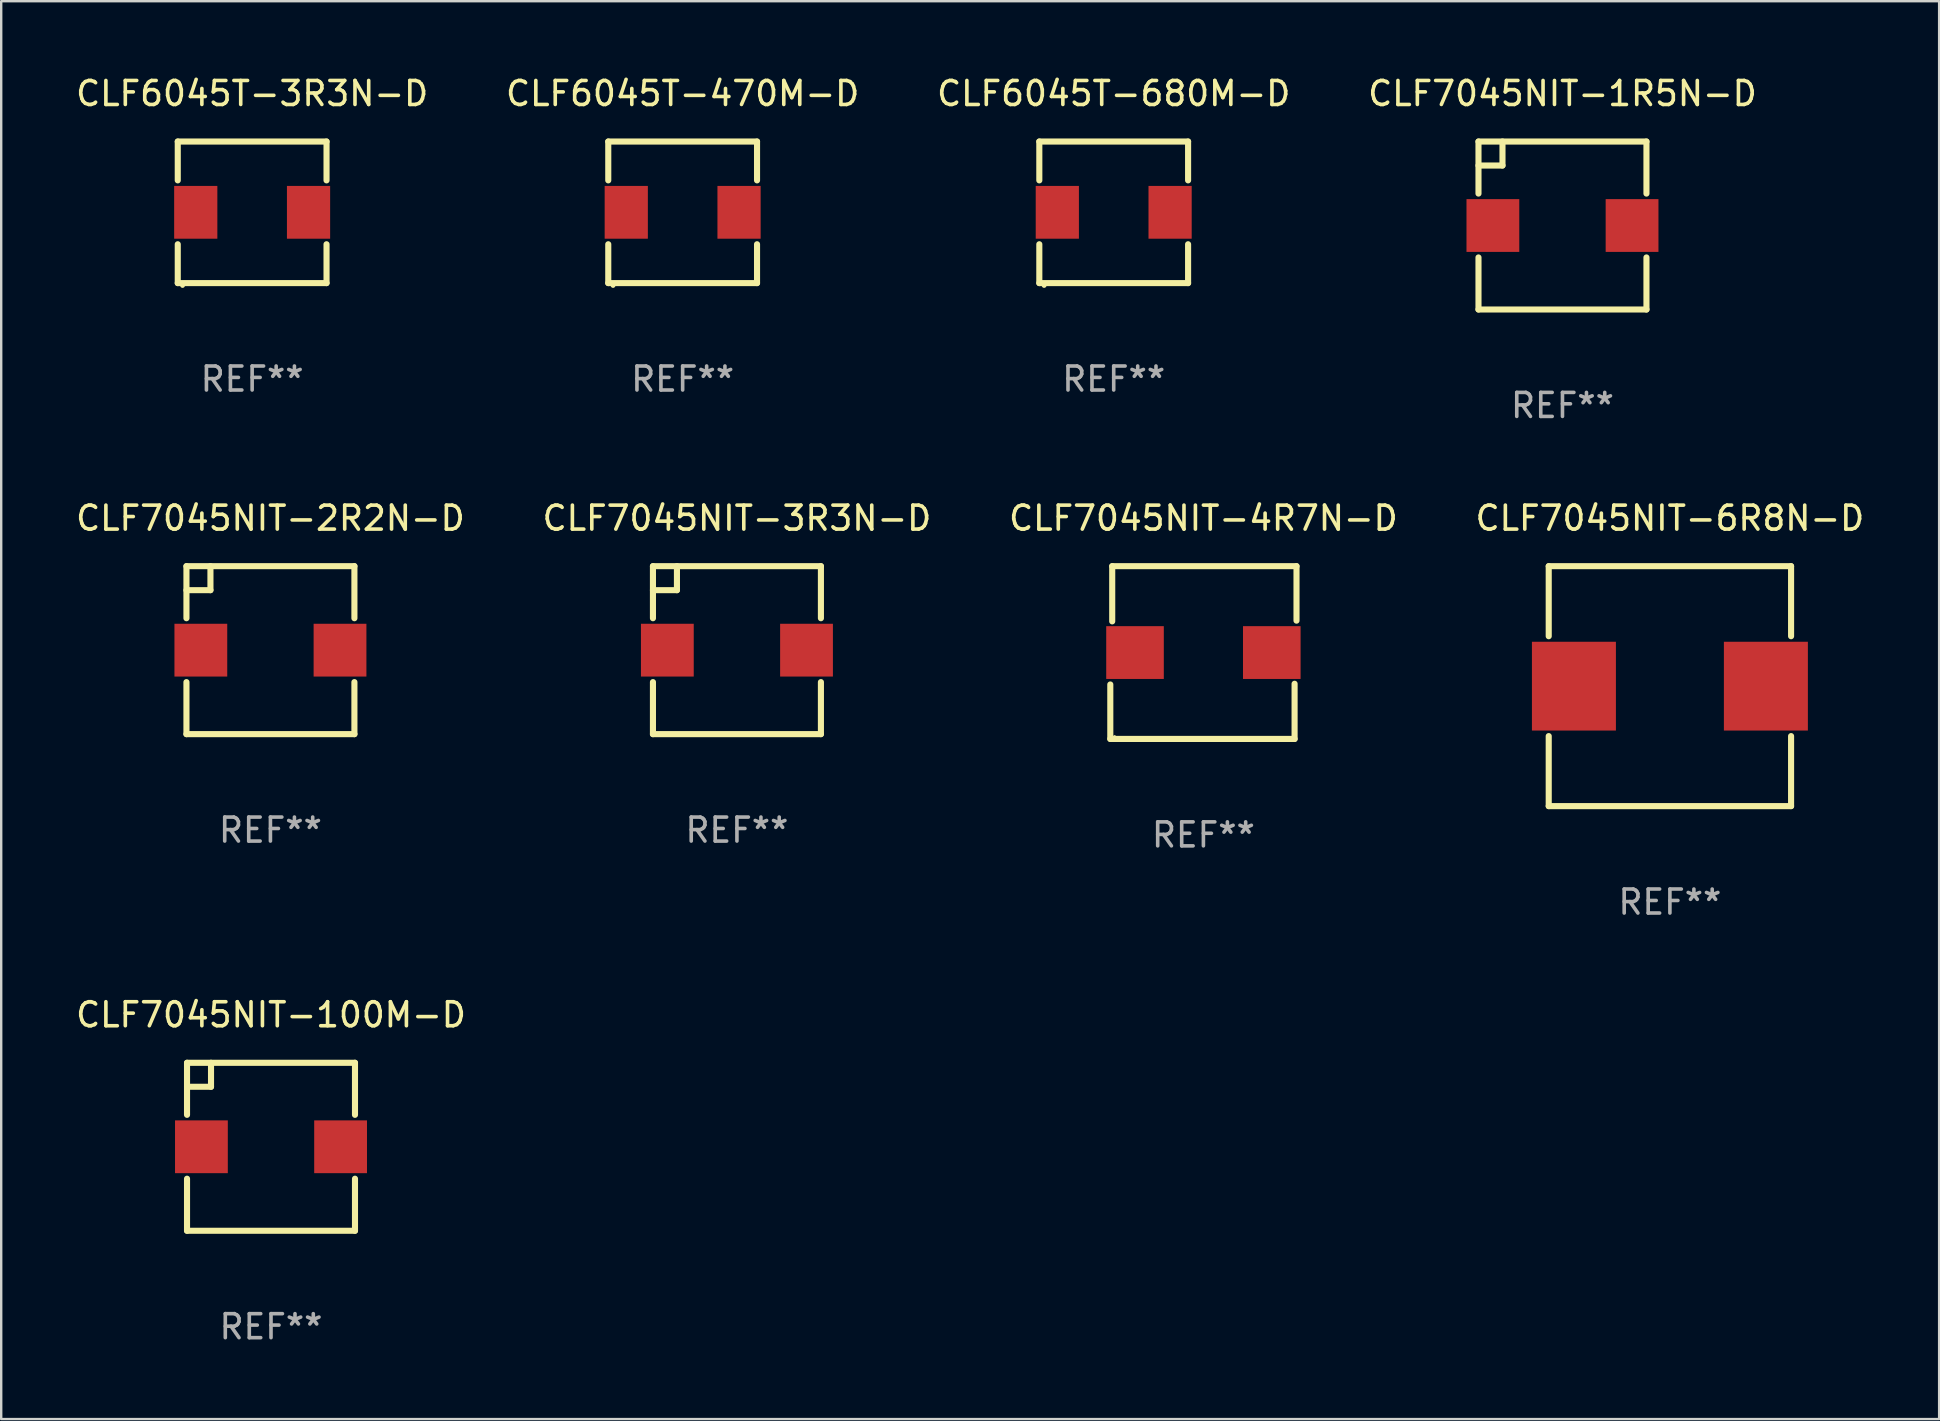
<source format=kicad_pcb>
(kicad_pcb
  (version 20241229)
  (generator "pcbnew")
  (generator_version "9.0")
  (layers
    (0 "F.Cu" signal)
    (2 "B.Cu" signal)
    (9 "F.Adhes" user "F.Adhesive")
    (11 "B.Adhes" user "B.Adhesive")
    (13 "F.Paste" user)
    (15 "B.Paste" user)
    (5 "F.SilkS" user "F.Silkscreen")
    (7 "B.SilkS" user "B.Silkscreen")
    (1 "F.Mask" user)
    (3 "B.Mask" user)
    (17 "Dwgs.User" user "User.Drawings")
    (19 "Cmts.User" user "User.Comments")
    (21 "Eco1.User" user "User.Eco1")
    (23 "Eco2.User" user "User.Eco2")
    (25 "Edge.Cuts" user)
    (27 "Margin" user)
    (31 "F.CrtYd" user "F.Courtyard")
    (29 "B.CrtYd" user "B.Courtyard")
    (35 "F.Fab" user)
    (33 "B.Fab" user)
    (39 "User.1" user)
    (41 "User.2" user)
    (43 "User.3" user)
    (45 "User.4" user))
  (footprint "CLF6045T-680M-D"
    (layer "F.Cu")
    (at 43.363 5.798)
    (property "Reference" "CLF6045T-680M-D" (at 0 -4.95 0) (layer "F.SilkS") (effects (font (size 1 1) (thickness 0.15))))
    (attr through_hole)
    (fp_line (start -3.1 -2.95) (end 3.1 -2.95) (stroke (width 0.254) (type solid)) (layer "F.SilkS"))
    (fp_line (start -3.1 -1.331) (end -3.1 -2.95) (stroke (width 0.254) (type solid)) (layer "F.SilkS"))
    (fp_line (start -3.1 2.95) (end -3.1 1.331) (stroke (width 0.254) (type solid)) (layer "F.SilkS"))
    (fp_line (start 3.1 -1.331) (end 3.1 -2.95) (stroke (width 0.254) (type solid)) (layer "F.SilkS"))
    (fp_line (start 3.1 2.95) (end -3.1 2.95) (stroke (width 0.254) (type solid)) (layer "F.SilkS"))
    (fp_line (start 3.1 2.95) (end 3.1 1.331) (stroke (width 0.254) (type solid)) (layer "F.SilkS"))
    (fp_circle (center -2.9 3.05) (end -2.85 3.05) (stroke (width 0.1) (type solid)) (fill no) (layer "F.SilkS"))
    (fp_text user "REF**" (at 0 6.95 0) (layer "F.Fab") (effects (font (size 1 1) (thickness 0.15))))
    (pad "1" smd rect (at -2.35 0.000013) (size 1.8 2.2) (layers "F.Cu" "F.Mask" "F.Paste"))
    (pad "2" smd rect (at 2.35 0.000013) (size 1.8 2.2) (layers "F.Cu" "F.Mask" "F.Paste")))
  (footprint "CLF7045NIT-2R2N-D"
    (layer "F.Cu")
    (at 8.22 24.045)
    (property "Reference" "CLF7045NIT-2R2N-D" (at 0 -5.5 0) (layer "F.SilkS") (effects (font (size 1 1) (thickness 0.15))))
    (attr through_hole)
    (fp_line (start -3.5 -3.5) (end 3.5 -3.5) (stroke (width 0.254) (type solid)) (layer "F.SilkS"))
    (fp_line (start -3.5 -1.331) (end -3.5 -3.5) (stroke (width 0.254) (type solid)) (layer "F.SilkS"))
    (fp_line (start -3.5 3.5) (end -3.5 1.331) (stroke (width 0.254) (type solid)) (layer "F.SilkS"))
    (fp_line (start -2.5 -2.5) (end -3.5 -2.5) (stroke (width 0.254) (type solid)) (layer "F.SilkS"))
    (fp_line (start -2.5 -2.5) (end -2.5 -3.5) (stroke (width 0.254) (type solid)) (layer "F.SilkS"))
    (fp_line (start 3.5 -3.5) (end 3.5 -1.331) (stroke (width 0.254) (type solid)) (layer "F.SilkS"))
    (fp_line (start 3.5 1.331) (end 3.5 3.5) (stroke (width 0.254) (type solid)) (layer "F.SilkS"))
    (fp_line (start 3.5 3.5) (end -3.5 3.5) (stroke (width 0.254) (type solid)) (layer "F.SilkS"))
    (fp_circle (center -3.5 3.5) (end -3.47 3.5) (stroke (width 0.06) (type solid)) (fill no) (layer "F.SilkS"))
    (fp_text user "REF**" (at 0 7.5 0) (layer "F.Fab") (effects (font (size 1 1) (thickness 0.15))))
    (pad "1" smd rect (at -2.9 0 90) (size 2.2 2.2) (layers "F.Cu" "F.Mask" "F.Paste"))
    (pad "2" smd rect (at 2.9 0 90) (size 2.2 2.2) (layers "F.Cu" "F.Mask" "F.Paste")))
  (footprint "CLF7045NIT-6R8N-D"
    (layer "F.Cu")
    (at 66.542 25.545)
    (property "Reference" "CLF7045NIT-6R8N-D" (at 0 -7 0) (layer "F.SilkS") (effects (font (size 1 1) (thickness 0.15))))
    (attr through_hole)
    (fp_line (start -5.05 -5) (end 5.05 -5) (stroke (width 0.254) (type solid)) (layer "F.SilkS"))
    (fp_line (start -5.05 -2.081) (end -5.05 -5) (stroke (width 0.254) (type solid)) (layer "F.SilkS"))
    (fp_line (start -5.05 5) (end -5.05 2.081) (stroke (width 0.254) (type solid)) (layer "F.SilkS"))
    (fp_line (start 5.05 -5) (end 5.05 -2.081) (stroke (width 0.254) (type solid)) (layer "F.SilkS"))
    (fp_line (start 5.05 2.081) (end 5.05 5) (stroke (width 0.254) (type solid)) (layer "F.SilkS"))
    (fp_line (start 5.05 5) (end -5.05 5) (stroke (width 0.254) (type solid)) (layer "F.SilkS"))
    (fp_circle (center -5.05 5) (end -5.02 5) (stroke (width 0.06) (type solid)) (fill no) (layer "F.SilkS"))
    (fp_text user "REF**" (at 0 9 0) (layer "F.Fab") (effects (font (size 1 1) (thickness 0.15))))
    (pad "1" smd rect (at -4 0) (size 3.5 3.7) (layers "F.Cu" "F.Mask" "F.Paste"))
    (pad "2" smd rect (at 4 0) (size 3.5 3.7) (layers "F.Cu" "F.Mask" "F.Paste")))
  (footprint "CLF6045T-3R3N-D"
    (layer "F.Cu")
    (at 7.458 5.798)
    (property "Reference" "CLF6045T-3R3N-D" (at 0 -4.95 0) (layer "F.SilkS") (effects (font (size 1 1) (thickness 0.15))))
    (attr through_hole)
    (fp_line (start -3.1 -2.95) (end 3.1 -2.95) (stroke (width 0.254) (type solid)) (layer "F.SilkS"))
    (fp_line (start -3.1 -1.331) (end -3.1 -2.95) (stroke (width 0.254) (type solid)) (layer "F.SilkS"))
    (fp_line (start -3.1 2.95) (end -3.1 1.331) (stroke (width 0.254) (type solid)) (layer "F.SilkS"))
    (fp_line (start 3.1 -1.331) (end 3.1 -2.95) (stroke (width 0.254) (type solid)) (layer "F.SilkS"))
    (fp_line (start 3.1 2.95) (end -3.1 2.95) (stroke (width 0.254) (type solid)) (layer "F.SilkS"))
    (fp_line (start 3.1 2.95) (end 3.1 1.331) (stroke (width 0.254) (type solid)) (layer "F.SilkS"))
    (fp_circle (center -2.9 3.05) (end -2.85 3.05) (stroke (width 0.1) (type solid)) (fill no) (layer "F.SilkS"))
    (fp_text user "REF**" (at 0 6.95 0) (layer "F.Fab") (effects (font (size 1 1) (thickness 0.15))))
    (pad "1" smd rect (at -2.35 0.000013) (size 1.8 2.2) (layers "F.Cu" "F.Mask" "F.Paste"))
    (pad "2" smd rect (at 2.35 0.000013) (size 1.8 2.2) (layers "F.Cu" "F.Mask" "F.Paste")))
  (footprint "CLF7045NIT-1R5N-D"
    (layer "F.Cu")
    (at 62.065 6.348)
    (property "Reference" "CLF7045NIT-1R5N-D" (at 0 -5.5 0) (layer "F.SilkS") (effects (font (size 1 1) (thickness 0.15))))
    (attr through_hole)
    (fp_line (start -3.5 -3.5) (end 3.5 -3.5) (stroke (width 0.254) (type solid)) (layer "F.SilkS"))
    (fp_line (start -3.5 -1.331) (end -3.5 -3.5) (stroke (width 0.254) (type solid)) (layer "F.SilkS"))
    (fp_line (start -3.5 3.5) (end -3.5 1.331) (stroke (width 0.254) (type solid)) (layer "F.SilkS"))
    (fp_line (start -2.5 -2.5) (end -3.5 -2.5) (stroke (width 0.254) (type solid)) (layer "F.SilkS"))
    (fp_line (start -2.5 -2.5) (end -2.5 -3.5) (stroke (width 0.254) (type solid)) (layer "F.SilkS"))
    (fp_line (start 3.5 -3.5) (end 3.5 -1.331) (stroke (width 0.254) (type solid)) (layer "F.SilkS"))
    (fp_line (start 3.5 1.331) (end 3.5 3.5) (stroke (width 0.254) (type solid)) (layer "F.SilkS"))
    (fp_line (start 3.5 3.5) (end -3.5 3.5) (stroke (width 0.254) (type solid)) (layer "F.SilkS"))
    (fp_circle (center -3.5 3.5) (end -3.47 3.5) (stroke (width 0.06) (type solid)) (fill no) (layer "F.SilkS"))
    (fp_text user "REF**" (at 0 7.5 0) (layer "F.Fab") (effects (font (size 1 1) (thickness 0.15))))
    (pad "1" smd rect (at -2.9 0 90) (size 2.2 2.2) (layers "F.Cu" "F.Mask" "F.Paste"))
    (pad "2" smd rect (at 2.9 0 90) (size 2.2 2.2) (layers "F.Cu" "F.Mask" "F.Paste")))
  (footprint "CLF7045NIT-100M-D"
    (layer "F.Cu")
    (at 8.244 44.741)
    (property "Reference" "CLF7045NIT-100M-D" (at 0 -5.5 0) (layer "F.SilkS") (effects (font (size 1 1) (thickness 0.15))))
    (attr through_hole)
    (fp_line (start -3.5 -3.5) (end 3.5 -3.5) (stroke (width 0.254) (type solid)) (layer "F.SilkS"))
    (fp_line (start -3.5 -1.331) (end -3.5 -3.5) (stroke (width 0.254) (type solid)) (layer "F.SilkS"))
    (fp_line (start -3.5 3.5) (end -3.5 1.331) (stroke (width 0.254) (type solid)) (layer "F.SilkS"))
    (fp_line (start -2.5 -2.5) (end -3.5 -2.5) (stroke (width 0.254) (type solid)) (layer "F.SilkS"))
    (fp_line (start -2.5 -2.5) (end -2.5 -3.5) (stroke (width 0.254) (type solid)) (layer "F.SilkS"))
    (fp_line (start 3.5 -3.5) (end 3.5 -1.331) (stroke (width 0.254) (type solid)) (layer "F.SilkS"))
    (fp_line (start 3.5 1.331) (end 3.5 3.5) (stroke (width 0.254) (type solid)) (layer "F.SilkS"))
    (fp_line (start 3.5 3.5) (end -3.5 3.5) (stroke (width 0.254) (type solid)) (layer "F.SilkS"))
    (fp_circle (center -3.5 3.5) (end -3.47 3.5) (stroke (width 0.06) (type solid)) (fill no) (layer "F.SilkS"))
    (fp_text user "REF**" (at 0 7.5 0) (layer "F.Fab") (effects (font (size 1 1) (thickness 0.15))))
    (pad "1" smd rect (at -2.9 0 90) (size 2.2 2.2) (layers "F.Cu" "F.Mask" "F.Paste"))
    (pad "2" smd rect (at 2.9 0 90) (size 2.2 2.2) (layers "F.Cu" "F.Mask" "F.Paste")))
  (footprint "CLF7045NIT-4R7N-D"
    (layer "F.Cu")
    (at 47.101 24.145)
    (property "Reference" "CLF7045NIT-4R7N-D" (at 0 -5.6 0) (layer "F.SilkS") (effects (font (size 1 1) (thickness 0.15))))
    (attr through_hole)
    (fp_line (start -3.88 3.6) (end -3.88 1.33) (stroke (width 0.254) (type solid)) (layer "F.SilkS"))
    (fp_line (start -3.8 -3.6) (end 3.88 -3.6) (stroke (width 0.254) (type solid)) (layer "F.SilkS"))
    (fp_line (start -3.8 -1.3) (end -3.8 -3.6) (stroke (width 0.254) (type solid)) (layer "F.SilkS"))
    (fp_line (start 3.8 1.3) (end 3.8 3.6) (stroke (width 0.254) (type solid)) (layer "F.SilkS"))
    (fp_line (start 3.8 3.6) (end -3.88 3.6) (stroke (width 0.254) (type solid)) (layer "F.SilkS"))
    (fp_line (start 3.88 -3.6) (end 3.88 -1.33) (stroke (width 0.254) (type solid)) (layer "F.SilkS"))
    (fp_circle (center -3.7 3.5) (end -3.67 3.5) (stroke (width 0.06) (type solid)) (fill no) (layer "F.SilkS"))
    (fp_text user "REF**" (at 0 7.6 0) (layer "F.Fab") (effects (font (size 1 1) (thickness 0.15))))
    (pad "1" smd rect (at -2.85 -0.000025) (size 2.4 2.2) (layers "F.Cu" "F.Mask" "F.Paste"))
    (pad "2" smd rect (at 2.85 -0.000025) (size 2.4 2.2) (layers "F.Cu" "F.Mask" "F.Paste")))
  (footprint "CLF7045NIT-3R3N-D"
    (layer "F.Cu")
    (at 27.661 24.045)
    (property "Reference" "CLF7045NIT-3R3N-D" (at 0 -5.5 0) (layer "F.SilkS") (effects (font (size 1 1) (thickness 0.15))))
    (attr through_hole)
    (fp_line (start -3.5 -3.5) (end 3.5 -3.5) (stroke (width 0.254) (type solid)) (layer "F.SilkS"))
    (fp_line (start -3.5 -1.331) (end -3.5 -3.5) (stroke (width 0.254) (type solid)) (layer "F.SilkS"))
    (fp_line (start -3.5 3.5) (end -3.5 1.331) (stroke (width 0.254) (type solid)) (layer "F.SilkS"))
    (fp_line (start -2.5 -2.5) (end -3.5 -2.5) (stroke (width 0.254) (type solid)) (layer "F.SilkS"))
    (fp_line (start -2.5 -2.5) (end -2.5 -3.5) (stroke (width 0.254) (type solid)) (layer "F.SilkS"))
    (fp_line (start 3.5 -3.5) (end 3.5 -1.331) (stroke (width 0.254) (type solid)) (layer "F.SilkS"))
    (fp_line (start 3.5 1.331) (end 3.5 3.5) (stroke (width 0.254) (type solid)) (layer "F.SilkS"))
    (fp_line (start 3.5 3.5) (end -3.5 3.5) (stroke (width 0.254) (type solid)) (layer "F.SilkS"))
    (fp_circle (center -3.5 3.5) (end -3.47 3.5) (stroke (width 0.06) (type solid)) (fill no) (layer "F.SilkS"))
    (fp_text user "REF**" (at 0 7.5 0) (layer "F.Fab") (effects (font (size 1 1) (thickness 0.15))))
    (pad "1" smd rect (at -2.9 0 90) (size 2.2 2.2) (layers "F.Cu" "F.Mask" "F.Paste"))
    (pad "2" smd rect (at 2.9 0 90) (size 2.2 2.2) (layers "F.Cu" "F.Mask" "F.Paste")))
  (footprint "CLF6045T-470M-D"
    (layer "F.Cu")
    (at 25.399 5.798)
    (property "Reference" "CLF6045T-470M-D" (at 0 -4.95 0) (layer "F.SilkS") (effects (font (size 1 1) (thickness 0.15))))
    (attr through_hole)
    (fp_line (start -3.1 -2.95) (end 3.1 -2.95) (stroke (width 0.254) (type solid)) (layer "F.SilkS"))
    (fp_line (start -3.1 -1.331) (end -3.1 -2.95) (stroke (width 0.254) (type solid)) (layer "F.SilkS"))
    (fp_line (start -3.1 2.95) (end -3.1 1.331) (stroke (width 0.254) (type solid)) (layer "F.SilkS"))
    (fp_line (start 3.1 -1.331) (end 3.1 -2.95) (stroke (width 0.254) (type solid)) (layer "F.SilkS"))
    (fp_line (start 3.1 2.95) (end -3.1 2.95) (stroke (width 0.254) (type solid)) (layer "F.SilkS"))
    (fp_line (start 3.1 2.95) (end 3.1 1.331) (stroke (width 0.254) (type solid)) (layer "F.SilkS"))
    (fp_circle (center -2.9 3.05) (end -2.85 3.05) (stroke (width 0.1) (type solid)) (fill no) (layer "F.SilkS"))
    (fp_text user "REF**" (at 0 6.95 0) (layer "F.Fab") (effects (font (size 1 1) (thickness 0.15))))
    (pad "1" smd rect (at -2.35 0.000013) (size 1.8 2.2) (layers "F.Cu" "F.Mask" "F.Paste"))
    (pad "2" smd rect (at 2.35 0.000013) (size 1.8 2.2) (layers "F.Cu" "F.Mask" "F.Paste")))
  (gr_rect
    (start -3 -3)
    (end 77.762 56.09)
    (stroke (width 0.1) (type default))
    (fill no)
    (layer "Edge.Cuts")))
</source>
